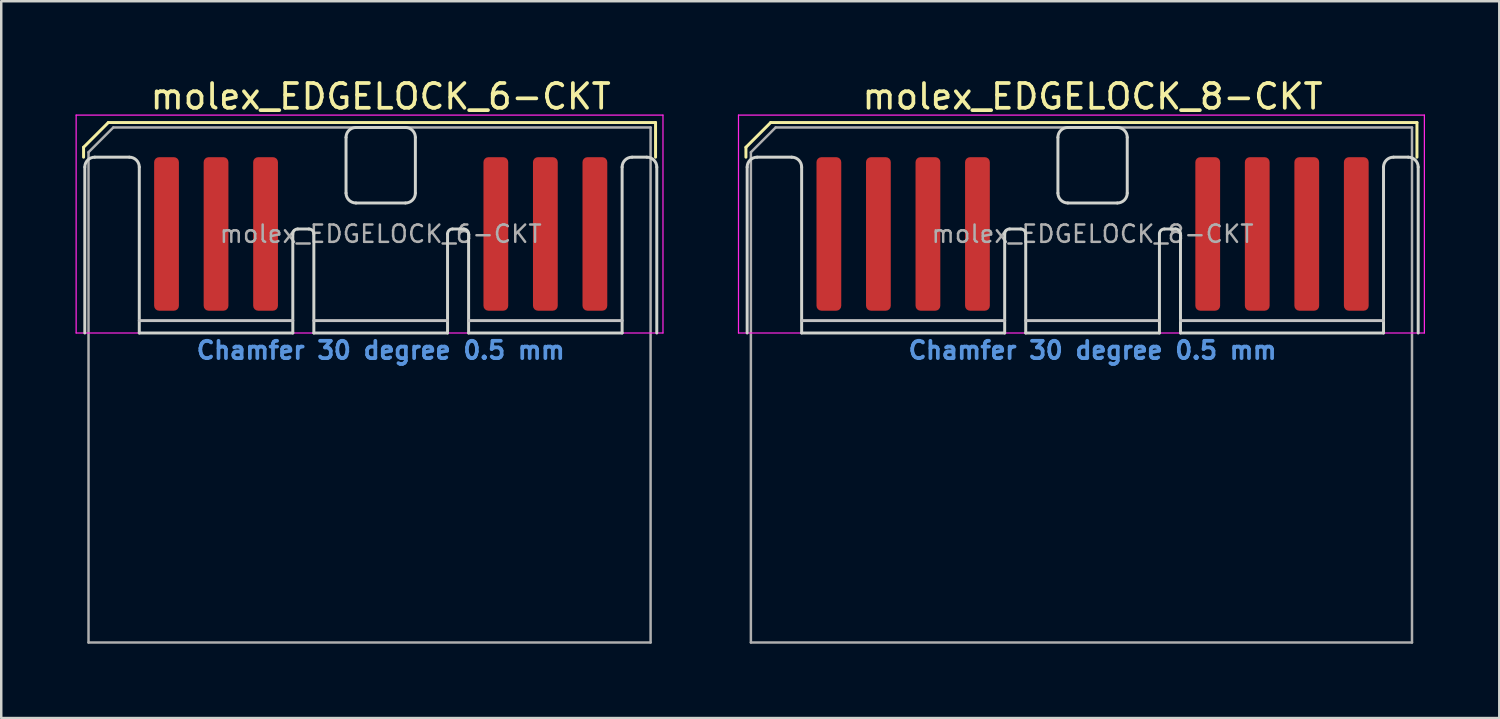
<source format=kicad_pcb>
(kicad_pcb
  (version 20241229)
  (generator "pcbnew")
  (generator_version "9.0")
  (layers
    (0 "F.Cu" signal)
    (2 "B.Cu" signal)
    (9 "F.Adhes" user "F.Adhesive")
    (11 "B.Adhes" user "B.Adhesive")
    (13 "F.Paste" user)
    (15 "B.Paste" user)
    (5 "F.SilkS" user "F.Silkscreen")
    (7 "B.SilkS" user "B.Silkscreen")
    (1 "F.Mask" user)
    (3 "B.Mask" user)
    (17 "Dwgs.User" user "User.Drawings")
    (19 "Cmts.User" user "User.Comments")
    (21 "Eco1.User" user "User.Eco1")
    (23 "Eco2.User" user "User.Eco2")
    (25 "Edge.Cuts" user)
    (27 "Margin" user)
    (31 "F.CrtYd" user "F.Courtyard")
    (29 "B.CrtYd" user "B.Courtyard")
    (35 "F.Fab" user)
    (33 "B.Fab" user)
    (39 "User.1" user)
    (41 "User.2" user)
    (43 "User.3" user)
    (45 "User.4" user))
  (footprint "molex_EDGELOCK_8-CKT"
    (layer "F.Cu")
    (at 41.075 6.398)
    (property "Reference" "molex_EDGELOCK_8-CKT" (at 0 -5.55 0) (layer "F.SilkS") (effects (font (size 1 1) (thickness 0.15))))
    (attr smd)
    (fp_line (start -14 -3.5) (end -13 -4.5) (stroke (width 0.12) (type solid)) (layer "F.SilkS"))
    (fp_line (start -14 -3.1) (end -14 -3.5) (stroke (width 0.12) (type solid)) (layer "F.SilkS"))
    (fp_line (start -13 -4.5) (end 13.1 -4.5) (stroke (width 0.12) (type solid)) (layer "F.SilkS"))
    (fp_line (start 13.1 -4.5) (end 13.1 -3.1) (stroke (width 0.12) (type solid)) (layer "F.SilkS"))
    (fp_line (start -11.75 3.5) (end -3.55 3.5) (stroke (width 0.12) (type solid)) (layer "Dwgs.User"))
    (fp_line (start -2.7 3.5) (end 2.7 3.5) (stroke (width 0.12) (type solid)) (layer "Dwgs.User"))
    (fp_line (start 3.55 3.5) (end 11.75 3.5) (stroke (width 0.12) (type solid)) (layer "Dwgs.User"))
    (fp_line (start -13.95 4) (end -13.95 -2.7) (stroke (width 0.12) (type solid)) (layer "Edge.Cuts"))
    (fp_line (start -13.55 -3.1) (end -12.15 -3.1) (stroke (width 0.12) (type solid)) (layer "Edge.Cuts"))
    (fp_line (start -11.75 -2.7) (end -11.75 4) (stroke (width 0.12) (type solid)) (layer "Edge.Cuts"))
    (fp_line (start -11.75 4) (end -3.55 4) (stroke (width 0.12) (type solid)) (layer "Edge.Cuts"))
    (fp_line (start -3.55 4) (end -3.55 0) (stroke (width 0.12) (type solid)) (layer "Edge.Cuts"))
    (fp_line (start -3.35 -0.2) (end -2.9 -0.2) (stroke (width 0.12) (type solid)) (layer "Edge.Cuts"))
    (fp_line (start -2.7 0) (end -2.7 4) (stroke (width 0.12) (type solid)) (layer "Edge.Cuts"))
    (fp_line (start -2.7 4) (end 2.7 4) (stroke (width 0.12) (type solid)) (layer "Edge.Cuts"))
    (fp_line (start -1.4 -3.9) (end -1.4 -1.65) (stroke (width 0.12) (type solid)) (layer "Edge.Cuts"))
    (fp_line (start -1 -1.25) (end 1 -1.25) (stroke (width 0.12) (type solid)) (layer "Edge.Cuts"))
    (fp_line (start 1 -4.3) (end -1 -4.3) (stroke (width 0.12) (type solid)) (layer "Edge.Cuts"))
    (fp_line (start 1.4 -1.65) (end 1.4 -3.9) (stroke (width 0.12) (type solid)) (layer "Edge.Cuts"))
    (fp_line (start 2.7 4) (end 2.7 0) (stroke (width 0.12) (type solid)) (layer "Edge.Cuts"))
    (fp_line (start 2.9 -0.2) (end 3.35 -0.2) (stroke (width 0.12) (type solid)) (layer "Edge.Cuts"))
    (fp_line (start 3.55 0) (end 3.55 4) (stroke (width 0.12) (type solid)) (layer "Edge.Cuts"))
    (fp_line (start 3.55 4) (end 11.75 4) (stroke (width 0.12) (type solid)) (layer "Edge.Cuts"))
    (fp_line (start 11.75 4) (end 11.75 -2.7) (stroke (width 0.12) (type solid)) (layer "Edge.Cuts"))
    (fp_line (start 12.15 -3.1) (end 12.75 -3.1) (stroke (width 0.12) (type solid)) (layer "Edge.Cuts"))
    (fp_line (start 13.15 -2.7) (end 13.15 4) (stroke (width 0.12) (type solid)) (layer "Edge.Cuts"))
    (fp_arc (start -13.95 -2.7) (mid -13.832843 -2.982843) (end -13.55 -3.1) (stroke (width 0.12) (type solid)) (layer "Edge.Cuts"))
    (fp_arc (start -12.15 -3.1) (mid -11.867157 -2.982843) (end -11.75 -2.7) (stroke (width 0.12) (type solid)) (layer "Edge.Cuts"))
    (fp_arc (start -3.55 0) (mid -3.491421 -0.141421) (end -3.35 -0.2) (stroke (width 0.12) (type solid)) (layer "Edge.Cuts"))
    (fp_arc (start -2.9 -0.2) (mid -2.758579 -0.141421) (end -2.7 0) (stroke (width 0.12) (type solid)) (layer "Edge.Cuts"))
    (fp_arc (start -1.4 -3.9) (mid -1.282843 -4.182843) (end -1 -4.3) (stroke (width 0.12) (type solid)) (layer "Edge.Cuts"))
    (fp_arc (start -1 -1.25) (mid -1.282843 -1.367157) (end -1.4 -1.65) (stroke (width 0.12) (type solid)) (layer "Edge.Cuts"))
    (fp_arc (start 1 -4.3) (mid 1.282843 -4.182843) (end 1.4 -3.9) (stroke (width 0.12) (type solid)) (layer "Edge.Cuts"))
    (fp_arc (start 1.4 -1.65) (mid 1.282843 -1.367157) (end 1 -1.25) (stroke (width 0.12) (type solid)) (layer "Edge.Cuts"))
    (fp_arc (start 2.7 0) (mid 2.758579 -0.141421) (end 2.9 -0.2) (stroke (width 0.12) (type solid)) (layer "Edge.Cuts"))
    (fp_arc (start 3.35 -0.2) (mid 3.491421 -0.141421) (end 3.55 0) (stroke (width 0.12) (type solid)) (layer "Edge.Cuts"))
    (fp_arc (start 11.75 -2.7) (mid 11.867157 -2.982843) (end 12.15 -3.1) (stroke (width 0.12) (type solid)) (layer "Edge.Cuts"))
    (fp_arc (start 12.75 -3.1) (mid 13.032843 -2.982843) (end 13.15 -2.7) (stroke (width 0.12) (type solid)) (layer "Edge.Cuts"))
    (fp_line (start -14.3 -4.8) (end -14.3 4) (stroke (width 0.05) (type solid)) (layer "F.CrtYd"))
    (fp_line (start -14.3 4) (end 13.4 4) (stroke (width 0.05) (type solid)) (layer "F.CrtYd"))
    (fp_line (start 13.4 -4.8) (end -14.3 -4.8) (stroke (width 0.05) (type solid)) (layer "F.CrtYd"))
    (fp_line (start 13.4 4) (end 13.4 -4.8) (stroke (width 0.05) (type solid)) (layer "F.CrtYd"))
    (fp_line (start -13.8 -3.3) (end -12.8 -4.3) (stroke (width 0.1) (type solid)) (layer "F.Fab"))
    (fp_line (start -13.8 16.5) (end -13.8 -3.3) (stroke (width 0.1) (type solid)) (layer "F.Fab"))
    (fp_line (start -12.8 -4.3) (end 12.9 -4.3) (stroke (width 0.1) (type solid)) (layer "F.Fab"))
    (fp_line (start 12.9 -4.3) (end 12.9 16.5) (stroke (width 0.1) (type solid)) (layer "F.Fab"))
    (fp_line (start 12.9 16.5) (end -13.8 16.5) (stroke (width 0.1) (type solid)) (layer "F.Fab"))
    (fp_text user "Chamfer 30 degree 0.5 mm" (at 0 4.7 0) (layer "Cmts.User") (effects (font (size 0.7 0.7) (thickness 0.15))))
    (fp_text user "${REFERENCE}" (at 0 0 0) (layer "F.Fab") (effects (font (size 0.7 0.7) (thickness 0.1))))
    (pad "1" smd roundrect (at -10.65 0) (size 1 6.2) (layers "F.Cu" "F.Mask" "F.Paste") (roundrect_rratio 0.2))
    (pad "2" smd roundrect (at -8.65 0) (size 1 6.2) (layers "F.Cu" "F.Mask" "F.Paste") (roundrect_rratio 0.2))
    (pad "3" smd roundrect (at -6.65 0) (size 1 6.2) (layers "F.Cu" "F.Mask" "F.Paste") (roundrect_rratio 0.2))
    (pad "4" smd roundrect (at -4.65 0) (size 1 6.2) (layers "F.Cu" "F.Mask" "F.Paste") (roundrect_rratio 0.2))
    (pad "5" smd roundrect (at 4.65 0) (size 1 6.2) (layers "F.Cu" "F.Mask" "F.Paste") (roundrect_rratio 0.2))
    (pad "6" smd roundrect (at 6.65 0) (size 1 6.2) (layers "F.Cu" "F.Mask" "F.Paste") (roundrect_rratio 0.2))
    (pad "7" smd roundrect (at 8.65 0) (size 1 6.2) (layers "F.Cu" "F.Mask" "F.Paste") (roundrect_rratio 0.2))
    (pad "8" smd roundrect (at 10.65 0) (size 1 6.2) (layers "F.Cu" "F.Mask" "F.Paste") (roundrect_rratio 0.2)))
  (footprint "molex_EDGELOCK_6-CKT"
    (layer "F.Cu")
    (at 12.325 6.398)
    (property "Reference" "molex_EDGELOCK_6-CKT" (at 0 -5.55 0) (layer "F.SilkS") (effects (font (size 1 1) (thickness 0.15))))
    (attr smd)
    (fp_line (start -12 -3.5) (end -11 -4.5) (stroke (width 0.12) (type solid)) (layer "F.SilkS"))
    (fp_line (start -12 -3.1) (end -12 -3.5) (stroke (width 0.12) (type solid)) (layer "F.SilkS"))
    (fp_line (start -11 -4.5) (end 11.1 -4.5) (stroke (width 0.12) (type solid)) (layer "F.SilkS"))
    (fp_line (start 11.1 -4.5) (end 11.1 -3.1) (stroke (width 0.12) (type solid)) (layer "F.SilkS"))
    (fp_line (start -9.75 3.5) (end -3.55 3.5) (stroke (width 0.12) (type solid)) (layer "Dwgs.User"))
    (fp_line (start -2.7 3.5) (end 2.7 3.5) (stroke (width 0.12) (type solid)) (layer "Dwgs.User"))
    (fp_line (start 3.55 3.5) (end 9.75 3.5) (stroke (width 0.12) (type solid)) (layer "Dwgs.User"))
    (fp_line (start -11.95 4) (end -11.95 -2.7) (stroke (width 0.12) (type solid)) (layer "Edge.Cuts"))
    (fp_line (start -11.55 -3.1) (end -10.15 -3.1) (stroke (width 0.12) (type solid)) (layer "Edge.Cuts"))
    (fp_line (start -9.75 -2.7) (end -9.75 4) (stroke (width 0.12) (type solid)) (layer "Edge.Cuts"))
    (fp_line (start -9.75 4) (end -3.55 4) (stroke (width 0.12) (type solid)) (layer "Edge.Cuts"))
    (fp_line (start -3.55 4) (end -3.55 0) (stroke (width 0.12) (type solid)) (layer "Edge.Cuts"))
    (fp_line (start -3.35 -0.2) (end -2.9 -0.2) (stroke (width 0.12) (type solid)) (layer "Edge.Cuts"))
    (fp_line (start -2.7 0) (end -2.7 4) (stroke (width 0.12) (type solid)) (layer "Edge.Cuts"))
    (fp_line (start -2.7 4) (end 2.7 4) (stroke (width 0.12) (type solid)) (layer "Edge.Cuts"))
    (fp_line (start -1.4 -3.9) (end -1.4 -1.65) (stroke (width 0.12) (type solid)) (layer "Edge.Cuts"))
    (fp_line (start -1 -1.25) (end 1 -1.25) (stroke (width 0.12) (type solid)) (layer "Edge.Cuts"))
    (fp_line (start 1 -4.3) (end -1 -4.3) (stroke (width 0.12) (type solid)) (layer "Edge.Cuts"))
    (fp_line (start 1.4 -1.65) (end 1.4 -3.9) (stroke (width 0.12) (type solid)) (layer "Edge.Cuts"))
    (fp_line (start 2.7 4) (end 2.7 0) (stroke (width 0.12) (type solid)) (layer "Edge.Cuts"))
    (fp_line (start 2.9 -0.2) (end 3.35 -0.2) (stroke (width 0.12) (type solid)) (layer "Edge.Cuts"))
    (fp_line (start 3.55 0) (end 3.55 4) (stroke (width 0.12) (type solid)) (layer "Edge.Cuts"))
    (fp_line (start 3.55 4) (end 9.75 4) (stroke (width 0.12) (type solid)) (layer "Edge.Cuts"))
    (fp_line (start 9.75 4) (end 9.75 -2.7) (stroke (width 0.12) (type solid)) (layer "Edge.Cuts"))
    (fp_line (start 10.15 -3.1) (end 10.75 -3.1) (stroke (width 0.12) (type solid)) (layer "Edge.Cuts"))
    (fp_line (start 11.15 -2.7) (end 11.15 4) (stroke (width 0.12) (type solid)) (layer "Edge.Cuts"))
    (fp_arc (start -11.95 -2.7) (mid -11.832843 -2.982843) (end -11.55 -3.1) (stroke (width 0.12) (type solid)) (layer "Edge.Cuts"))
    (fp_arc (start -10.15 -3.1) (mid -9.867157 -2.982843) (end -9.75 -2.7) (stroke (width 0.12) (type solid)) (layer "Edge.Cuts"))
    (fp_arc (start -3.55 0) (mid -3.491421 -0.141421) (end -3.35 -0.2) (stroke (width 0.12) (type solid)) (layer "Edge.Cuts"))
    (fp_arc (start -2.9 -0.2) (mid -2.758579 -0.141421) (end -2.7 0) (stroke (width 0.12) (type solid)) (layer "Edge.Cuts"))
    (fp_arc (start -1.4 -3.9) (mid -1.282843 -4.182843) (end -1 -4.3) (stroke (width 0.12) (type solid)) (layer "Edge.Cuts"))
    (fp_arc (start -1 -1.25) (mid -1.282843 -1.367157) (end -1.4 -1.65) (stroke (width 0.12) (type solid)) (layer "Edge.Cuts"))
    (fp_arc (start 1 -4.3) (mid 1.282843 -4.182843) (end 1.4 -3.9) (stroke (width 0.12) (type solid)) (layer "Edge.Cuts"))
    (fp_arc (start 1.4 -1.65) (mid 1.282843 -1.367157) (end 1 -1.25) (stroke (width 0.12) (type solid)) (layer "Edge.Cuts"))
    (fp_arc (start 2.7 0) (mid 2.758579 -0.141421) (end 2.9 -0.2) (stroke (width 0.12) (type solid)) (layer "Edge.Cuts"))
    (fp_arc (start 3.35 -0.2) (mid 3.491421 -0.141421) (end 3.55 0) (stroke (width 0.12) (type solid)) (layer "Edge.Cuts"))
    (fp_arc (start 9.75 -2.7) (mid 9.867157 -2.982843) (end 10.15 -3.1) (stroke (width 0.12) (type solid)) (layer "Edge.Cuts"))
    (fp_arc (start 10.75 -3.1) (mid 11.032843 -2.982843) (end 11.15 -2.7) (stroke (width 0.12) (type solid)) (layer "Edge.Cuts"))
    (fp_line (start -12.3 -4.8) (end -12.3 4) (stroke (width 0.05) (type solid)) (layer "F.CrtYd"))
    (fp_line (start -12.3 4) (end 11.4 4) (stroke (width 0.05) (type solid)) (layer "F.CrtYd"))
    (fp_line (start 11.4 -4.8) (end -12.3 -4.8) (stroke (width 0.05) (type solid)) (layer "F.CrtYd"))
    (fp_line (start 11.4 4) (end 11.4 -4.8) (stroke (width 0.05) (type solid)) (layer "F.CrtYd"))
    (fp_line (start -11.8 -3.3) (end -10.8 -4.3) (stroke (width 0.1) (type solid)) (layer "F.Fab"))
    (fp_line (start -11.8 16.5) (end -11.8 -3.3) (stroke (width 0.1) (type solid)) (layer "F.Fab"))
    (fp_line (start -10.8 -4.3) (end 10.9 -4.3) (stroke (width 0.1) (type solid)) (layer "F.Fab"))
    (fp_line (start 10.9 -4.3) (end 10.9 16.5) (stroke (width 0.1) (type solid)) (layer "F.Fab"))
    (fp_line (start 10.9 16.5) (end -11.8 16.5) (stroke (width 0.1) (type solid)) (layer "F.Fab"))
    (fp_text user "Chamfer 30 degree 0.5 mm" (at 0 4.7 0) (layer "Cmts.User") (effects (font (size 0.7 0.7) (thickness 0.15))))
    (fp_text user "${REFERENCE}" (at 0 0 0) (layer "F.Fab") (effects (font (size 0.7 0.7) (thickness 0.1))))
    (pad "1" smd roundrect (at -8.65 0) (size 1 6.2) (layers "F.Cu" "F.Mask" "F.Paste") (roundrect_rratio 0.2))
    (pad "2" smd roundrect (at -6.65 0) (size 1 6.2) (layers "F.Cu" "F.Mask" "F.Paste") (roundrect_rratio 0.2))
    (pad "3" smd roundrect (at -4.65 0) (size 1 6.2) (layers "F.Cu" "F.Mask" "F.Paste") (roundrect_rratio 0.2))
    (pad "4" smd roundrect (at 4.65 0) (size 1 6.2) (layers "F.Cu" "F.Mask" "F.Paste") (roundrect_rratio 0.2))
    (pad "5" smd roundrect (at 6.65 0) (size 1 6.2) (layers "F.Cu" "F.Mask" "F.Paste") (roundrect_rratio 0.2))
    (pad "6" smd roundrect (at 8.65 0) (size 1 6.2) (layers "F.Cu" "F.Mask" "F.Paste") (roundrect_rratio 0.2)))
  (gr_rect
    (start -3 -3)
    (end 57.5 25.948)
    (stroke (width 0.1) (type default))
    (fill no)
    (layer "Edge.Cuts")))
</source>
